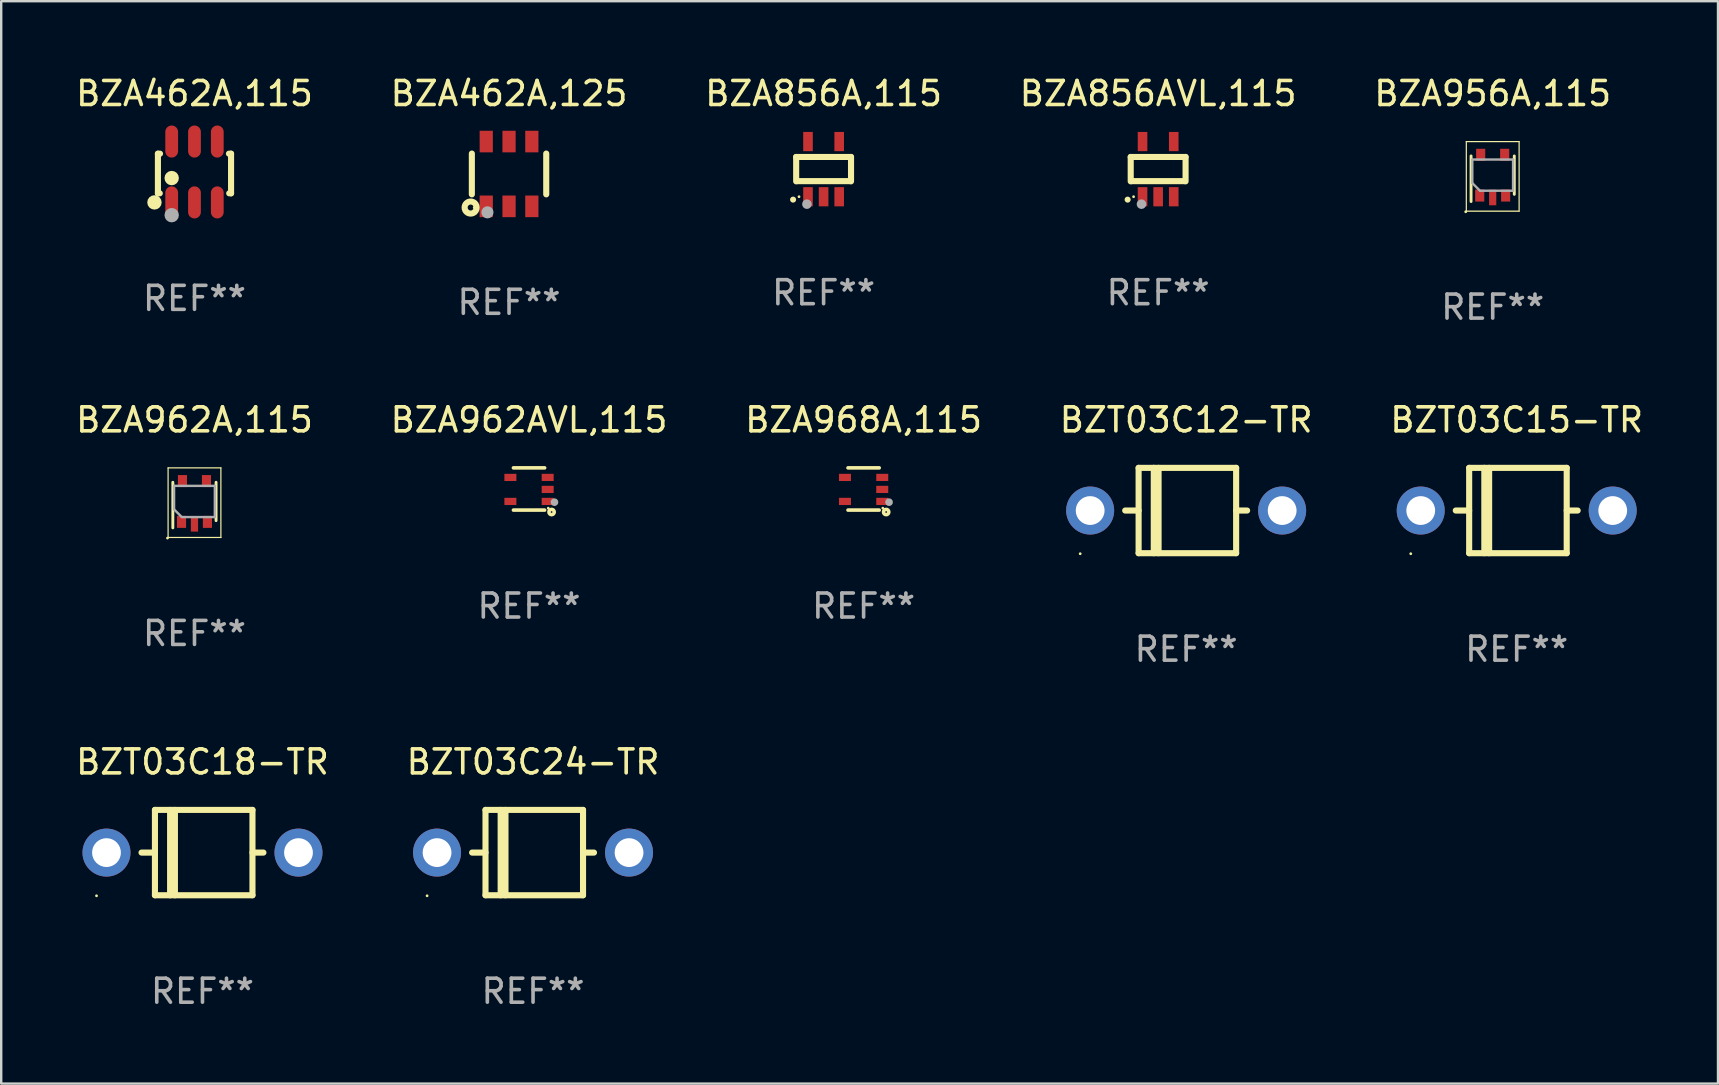
<source format=kicad_pcb>
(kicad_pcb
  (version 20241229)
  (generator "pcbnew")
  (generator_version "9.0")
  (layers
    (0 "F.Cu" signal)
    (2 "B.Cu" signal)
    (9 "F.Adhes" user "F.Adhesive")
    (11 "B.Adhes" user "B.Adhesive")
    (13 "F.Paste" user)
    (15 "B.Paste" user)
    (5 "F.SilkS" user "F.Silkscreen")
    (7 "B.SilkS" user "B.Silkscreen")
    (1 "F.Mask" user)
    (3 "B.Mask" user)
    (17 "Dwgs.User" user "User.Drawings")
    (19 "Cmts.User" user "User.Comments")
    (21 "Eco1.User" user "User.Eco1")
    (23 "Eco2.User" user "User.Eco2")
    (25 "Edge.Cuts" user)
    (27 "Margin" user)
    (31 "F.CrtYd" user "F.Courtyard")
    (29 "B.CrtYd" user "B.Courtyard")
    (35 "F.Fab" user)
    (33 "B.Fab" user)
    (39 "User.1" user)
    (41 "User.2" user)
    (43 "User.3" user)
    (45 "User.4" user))
  (footprint "BZA462A,115"
    (layer "F.Cu")
    (at 5.054 4.116)
    (property "Reference" "BZA462A,115" (at 0 -3.268 0) (layer "F.SilkS") (effects (font (size 1 1) (thickness 0.15))))
    (attr through_hole)
    (fp_line (start -1.524 -0.762) (end -1.524 0.889) (stroke (width 0.254) (type solid)) (layer "F.SilkS"))
    (fp_line (start -1.524 0.889) (end -1.447 0.889) (stroke (width 0.254) (type solid)) (layer "F.SilkS"))
    (fp_line (start -1.436 -0.762) (end -1.524 -0.762) (stroke (width 0.254) (type solid)) (layer "F.SilkS"))
    (fp_line (start 1.447 0.889) (end 1.524 0.889) (stroke (width 0.254) (type solid)) (layer "F.SilkS"))
    (fp_line (start 1.524 -0.762) (end 1.436 -0.762) (stroke (width 0.254) (type solid)) (layer "F.SilkS"))
    (fp_line (start 1.524 0.889) (end 1.524 -0.762) (stroke (width 0.254) (type solid)) (layer "F.SilkS"))
    (fp_circle (center -1.668 1.268) (end -1.518 1.268) (stroke (width 0.3) (type solid)) (fill no) (layer "F.SilkS"))
    (fp_circle (center -1.5 1.375) (end -1.47 1.375) (stroke (width 0.06) (type solid)) (fill no) (layer "F.SilkS"))
    (fp_circle (center -0.95 0.254) (end -0.8 0.254) (stroke (width 0.3) (type solid)) (fill no) (layer "F.SilkS"))
    (fp_circle (center -0.95 1.8) (end -0.8 1.8) (stroke (width 0.3) (type solid)) (fill no) (layer "F.Fab"))
    (fp_text user "REF**" (at 0 5.268 0) (layer "F.Fab") (effects (font (size 1 1) (thickness 0.15))))
    (pad "1" smd oval (at -0.95 1.268) (size 0.532 1.336) (layers "F.Cu" "F.Mask" "F.Paste"))
    (pad "2" smd oval (at 0 1.268) (size 0.532 1.336) (layers "F.Cu" "F.Mask" "F.Paste"))
    (pad "3" smd oval (at 0.95 1.268) (size 0.532 1.336) (layers "F.Cu" "F.Mask" "F.Paste"))
    (pad "4" smd oval (at 0.95 -1.268) (size 0.532 1.336) (layers "F.Cu" "F.Mask" "F.Paste"))
    (pad "5" smd oval (at 0 -1.268) (size 0.532 1.336) (layers "F.Cu" "F.Mask" "F.Paste"))
    (pad "6" smd oval (at -0.95 -1.268) (size 0.532 1.336) (layers "F.Cu" "F.Mask" "F.Paste")))
  (footprint "BZA956A,115"
    (layer "F.Cu")
    (at 59.149 4.299)
    (property "Reference" "BZA956A,115" (at 0 -3.45 0) (layer "F.SilkS") (effects (font (size 1 1) (thickness 0.15))))
    (attr through_hole)
    (fp_line (start -1.1 -1.45) (end 1.1 -1.45) (stroke (width 0.05) (type solid)) (layer "F.SilkS"))
    (fp_line (start -1.1 1.45) (end -1.1 -1.45) (stroke (width 0.05) (type solid)) (layer "F.SilkS"))
    (fp_line (start -0.902 -0.851) (end -0.902 1.049) (stroke (width 0.12) (type solid)) (layer "F.SilkS"))
    (fp_line (start 0.899 0.749) (end 0.899 -0.851) (stroke (width 0.12) (type solid)) (layer "F.SilkS"))
    (fp_line (start 1.1 -1.45) (end 1.1 1.45) (stroke (width 0.05) (type solid)) (layer "F.SilkS"))
    (fp_line (start 1.1 1.45) (end -1.1 1.45) (stroke (width 0.05) (type solid)) (layer "F.SilkS"))
    (fp_circle (center -1.125 1.475) (end -1.095 1.475) (stroke (width 0.06) (type solid)) (fill no) (layer "F.SilkS"))
    (fp_line (start -0.851 -0.701) (end 0.848 -0.701) (stroke (width 0.1) (type solid)) (layer "F.Fab"))
    (fp_line (start -0.851 0.279) (end -0.851 -0.701) (stroke (width 0.1) (type solid)) (layer "F.Fab"))
    (fp_line (start -0.531 0.599) (end -0.851 0.279) (stroke (width 0.1) (type solid)) (layer "F.Fab"))
    (fp_line (start 0.848 -0.701) (end 0.848 0.599) (stroke (width 0.1) (type solid)) (layer "F.Fab"))
    (fp_line (start 0.848 0.599) (end -0.511 0.599) (stroke (width 0.1) (type solid)) (layer "F.Fab"))
    (fp_text user "REF**" (at 0 5.45 0) (layer "F.Fab") (effects (font (size 1 1) (thickness 0.15))))
    (pad "1" smd rect (at -0.541 0.8 90) (size 0.5 0.38) (layers "F.Cu" "F.Mask" "F.Paste"))
    (pad "2" smd rect (at -0.001 0.88 90) (size 0.65 0.3) (layers "F.Cu" "F.Mask" "F.Paste"))
    (pad "3" smd rect (at 0.539 0.8 90) (size 0.5 0.38) (layers "F.Cu" "F.Mask" "F.Paste"))
    (pad "4" smd rect (at 0.499 -0.9 90) (size 0.5 0.38) (layers "F.Cu" "F.Mask" "F.Paste"))
    (pad "5" smd rect (at -0.501 -0.9 90) (size 0.5 0.38) (layers "F.Cu" "F.Mask" "F.Paste")))
  (footprint "BZA962A,115"
    (layer "F.Cu")
    (at 5.054 17.896)
    (property "Reference" "BZA962A,115" (at 0 -3.45 0) (layer "F.SilkS") (effects (font (size 1 1) (thickness 0.15))))
    (attr through_hole)
    (fp_line (start -1.1 -1.45) (end 1.1 -1.45) (stroke (width 0.05) (type solid)) (layer "F.SilkS"))
    (fp_line (start -1.1 1.45) (end -1.1 -1.45) (stroke (width 0.05) (type solid)) (layer "F.SilkS"))
    (fp_line (start -0.902 -0.851) (end -0.902 1.049) (stroke (width 0.12) (type solid)) (layer "F.SilkS"))
    (fp_line (start 0.899 0.749) (end 0.899 -0.851) (stroke (width 0.12) (type solid)) (layer "F.SilkS"))
    (fp_line (start 1.1 -1.45) (end 1.1 1.45) (stroke (width 0.05) (type solid)) (layer "F.SilkS"))
    (fp_line (start 1.1 1.45) (end -1.1 1.45) (stroke (width 0.05) (type solid)) (layer "F.SilkS"))
    (fp_circle (center -1.125 1.475) (end -1.095 1.475) (stroke (width 0.06) (type solid)) (fill no) (layer "F.SilkS"))
    (fp_line (start -0.851 -0.701) (end 0.848 -0.701) (stroke (width 0.1) (type solid)) (layer "F.Fab"))
    (fp_line (start -0.851 0.279) (end -0.851 -0.701) (stroke (width 0.1) (type solid)) (layer "F.Fab"))
    (fp_line (start -0.531 0.599) (end -0.851 0.279) (stroke (width 0.1) (type solid)) (layer "F.Fab"))
    (fp_line (start 0.848 -0.701) (end 0.848 0.599) (stroke (width 0.1) (type solid)) (layer "F.Fab"))
    (fp_line (start 0.848 0.599) (end -0.511 0.599) (stroke (width 0.1) (type solid)) (layer "F.Fab"))
    (fp_text user "REF**" (at 0 5.45 0) (layer "F.Fab") (effects (font (size 1 1) (thickness 0.15))))
    (pad "1" smd rect (at -0.541 0.8 90) (size 0.5 0.38) (layers "F.Cu" "F.Mask" "F.Paste"))
    (pad "2" smd rect (at -0.001 0.88 90) (size 0.65 0.3) (layers "F.Cu" "F.Mask" "F.Paste"))
    (pad "3" smd rect (at 0.539 0.8 90) (size 0.5 0.38) (layers "F.Cu" "F.Mask" "F.Paste"))
    (pad "4" smd rect (at 0.499 -0.9 90) (size 0.5 0.38) (layers "F.Cu" "F.Mask" "F.Paste"))
    (pad "5" smd rect (at -0.501 -0.9 90) (size 0.5 0.38) (layers "F.Cu" "F.Mask" "F.Paste")))
  (footprint "BZT03C12-TR"
    (layer "F.Cu")
    (at 46.375 18.223)
    (property "Reference" "BZT03C12-TR" (at 0 -3.778 0) (layer "F.SilkS") (effects (font (size 1 1) (thickness 0.15))))
    (attr through_hole)
    (fp_line (start -1.981 -1.778) (end -1.981 1.778) (stroke (width 0.254) (type solid)) (layer "F.SilkS"))
    (fp_line (start -1.981 0) (end -2.54 0) (stroke (width 0.254) (type solid)) (layer "F.SilkS"))
    (fp_line (start -1.981 1.778) (end 2.083 1.778) (stroke (width 0.254) (type solid)) (layer "F.SilkS"))
    (fp_line (start -1.349 1.778) (end -1.349 -1.778) (stroke (width 0.254) (type solid)) (layer "F.SilkS"))
    (fp_line (start -1.149 1.778) (end -1.149 -1.778) (stroke (width 0.254) (type solid)) (layer "F.SilkS"))
    (fp_line (start 2.083 -1.778) (end -1.981 -1.778) (stroke (width 0.254) (type solid)) (layer "F.SilkS"))
    (fp_line (start 2.083 1.778) (end 2.083 -1.778) (stroke (width 0.254) (type solid)) (layer "F.SilkS"))
    (fp_line (start 2.54 0) (end 2.083 0) (stroke (width 0.254) (type solid)) (layer "F.SilkS"))
    (fp_circle (center -4.415 1.8) (end -4.385 1.8) (stroke (width 0.06) (type solid)) (fill no) (layer "F.SilkS"))
    (fp_text user "REF**" (at 0 5.778 0) (layer "F.Fab") (effects (font (size 1 1) (thickness 0.15))))
    (pad "1" thru_hole circle (at -4 0) (size 2 2) (drill 1.2) (layers "*.Cu" "*.Mask"))
    (pad "2" thru_hole circle (at 4 0) (size 2 2) (drill 1.2) (layers "*.Cu" "*.Mask")))
  (footprint "BZA962AVL,115"
    (layer "F.Cu")
    (at 18.994 17.325)
    (property "Reference" "BZA962AVL,115" (at 0 -2.88 0) (layer "F.SilkS") (effects (font (size 1 1) (thickness 0.15))))
    (attr through_hole)
    (fp_line (start 0.65 -0.88) (end -0.65 -0.88) (stroke (width 0.15) (type solid)) (layer "F.SilkS"))
    (fp_line (start 0.65 0.88) (end -0.65 0.88) (stroke (width 0.15) (type solid)) (layer "F.SilkS"))
    (fp_circle (center 0.8 0.8) (end 0.83 0.8) (stroke (width 0.06) (type solid)) (fill no) (layer "F.SilkS"))
    (fp_circle (center 0.94 0.96) (end 1.05 0.96) (stroke (width 0.15) (type solid)) (fill no) (layer "F.SilkS"))
    (fp_circle (center 1.06 0.55) (end 1.14 0.55) (stroke (width 0.16) (type solid)) (fill no) (layer "F.Fab"))
    (fp_text user "REF**" (at 0 4.88 0) (layer "F.Fab") (effects (font (size 1 1) (thickness 0.15))))
    (pad "1" smd rect (at 0.777 0.518) (size 0.5 0.3) (layers "F.Cu" "F.Mask" "F.Paste"))
    (pad "2" smd rect (at 0.777 0.018) (size 0.5 0.3) (layers "F.Cu" "F.Mask" "F.Paste"))
    (pad "3" smd rect (at 0.777 -0.482) (size 0.5 0.3) (layers "F.Cu" "F.Mask" "F.Paste"))
    (pad "4" smd rect (at -0.777 -0.482) (size 0.5 0.3) (layers "F.Cu" "F.Mask" "F.Paste"))
    (pad "5" smd rect (at -0.777 0.518) (size 0.5 0.3) (layers "F.Cu" "F.Mask" "F.Paste")))
  (footprint "BZT03C24-TR"
    (layer "F.Cu")
    (at 19.161 32.476)
    (property "Reference" "BZT03C24-TR" (at 0 -3.778 0) (layer "F.SilkS") (effects (font (size 1 1) (thickness 0.15))))
    (attr through_hole)
    (fp_line (start -1.981 -1.778) (end -1.981 1.778) (stroke (width 0.254) (type solid)) (layer "F.SilkS"))
    (fp_line (start -1.981 0) (end -2.54 0) (stroke (width 0.254) (type solid)) (layer "F.SilkS"))
    (fp_line (start -1.981 1.778) (end 2.083 1.778) (stroke (width 0.254) (type solid)) (layer "F.SilkS"))
    (fp_line (start -1.349 1.778) (end -1.349 -1.778) (stroke (width 0.254) (type solid)) (layer "F.SilkS"))
    (fp_line (start -1.149 1.778) (end -1.149 -1.778) (stroke (width 0.254) (type solid)) (layer "F.SilkS"))
    (fp_line (start 2.083 -1.778) (end -1.981 -1.778) (stroke (width 0.254) (type solid)) (layer "F.SilkS"))
    (fp_line (start 2.083 1.778) (end 2.083 -1.778) (stroke (width 0.254) (type solid)) (layer "F.SilkS"))
    (fp_line (start 2.54 0) (end 2.083 0) (stroke (width 0.254) (type solid)) (layer "F.SilkS"))
    (fp_circle (center -4.415 1.8) (end -4.385 1.8) (stroke (width 0.06) (type solid)) (fill no) (layer "F.SilkS"))
    (fp_text user "REF**" (at 0 5.778 0) (layer "F.Fab") (effects (font (size 1 1) (thickness 0.15))))
    (pad "1" thru_hole circle (at -4 0) (size 2 2) (drill 1.2) (layers "*.Cu" "*.Mask"))
    (pad "2" thru_hole circle (at 4 0) (size 2 2) (drill 1.2) (layers "*.Cu" "*.Mask")))
  (footprint "BZA462A,125"
    (layer "F.Cu")
    (at 18.161 4.198)
    (property "Reference" "BZA462A,125" (at 0 -3.35 0) (layer "F.SilkS") (effects (font (size 1 1) (thickness 0.15))))
    (attr through_hole)
    (fp_line (start -1.55 0.85) (end -1.55 -0.85) (stroke (width 0.254) (type solid)) (layer "F.SilkS"))
    (fp_line (start 1.55 -0.85) (end 1.55 0.85) (stroke (width 0.254) (type solid)) (layer "F.SilkS"))
    (fp_circle (center -1.6 1.4) (end -1.476 1.4) (stroke (width 0.254) (type solid)) (fill no) (layer "F.SilkS"))
    (fp_circle (center -1.45 1.4) (end -1.42 1.4) (stroke (width 0.06) (type solid)) (fill no) (layer "F.SilkS"))
    (fp_circle (center -0.9 1.6) (end -0.773 1.6) (stroke (width 0.254) (type solid)) (fill no) (layer "F.Fab"))
    (fp_text user "REF**" (at 0 5.35 0) (layer "F.Fab") (effects (font (size 1 1) (thickness 0.15))))
    (pad "1" smd rect (at -0.95 1.35) (size 0.551 0.9) (layers "F.Cu" "F.Mask" "F.Paste"))
    (pad "2" smd rect (at 0.000127 1.35) (size 0.551 0.9) (layers "F.Cu" "F.Mask" "F.Paste"))
    (pad "3" smd rect (at 0.95 1.35) (size 0.551 0.9) (layers "F.Cu" "F.Mask" "F.Paste"))
    (pad "4" smd rect (at 0.95 -1.35) (size 0.55 0.9) (layers "F.Cu" "F.Mask" "F.Paste"))
    (pad "5" smd rect (at 0.000127 -1.35) (size 0.55 0.9) (layers "F.Cu" "F.Mask" "F.Paste"))
    (pad "6" smd rect (at -0.95 -1.35) (size 0.55 0.9) (layers "F.Cu" "F.Mask" "F.Paste")))
  (footprint "BZT03C15-TR"
    (layer "F.Cu")
    (at 60.149 18.223)
    (property "Reference" "BZT03C15-TR" (at 0 -3.778 0) (layer "F.SilkS") (effects (font (size 1 1) (thickness 0.15))))
    (attr through_hole)
    (fp_line (start -1.981 -1.778) (end -1.981 1.778) (stroke (width 0.254) (type solid)) (layer "F.SilkS"))
    (fp_line (start -1.981 0) (end -2.54 0) (stroke (width 0.254) (type solid)) (layer "F.SilkS"))
    (fp_line (start -1.981 1.778) (end 2.083 1.778) (stroke (width 0.254) (type solid)) (layer "F.SilkS"))
    (fp_line (start -1.349 1.778) (end -1.349 -1.778) (stroke (width 0.254) (type solid)) (layer "F.SilkS"))
    (fp_line (start -1.149 1.778) (end -1.149 -1.778) (stroke (width 0.254) (type solid)) (layer "F.SilkS"))
    (fp_line (start 2.083 -1.778) (end -1.981 -1.778) (stroke (width 0.254) (type solid)) (layer "F.SilkS"))
    (fp_line (start 2.083 1.778) (end 2.083 -1.778) (stroke (width 0.254) (type solid)) (layer "F.SilkS"))
    (fp_line (start 2.54 0) (end 2.083 0) (stroke (width 0.254) (type solid)) (layer "F.SilkS"))
    (fp_circle (center -4.415 1.8) (end -4.385 1.8) (stroke (width 0.06) (type solid)) (fill no) (layer "F.SilkS"))
    (fp_text user "REF**" (at 0 5.778 0) (layer "F.Fab") (effects (font (size 1 1) (thickness 0.15))))
    (pad "1" thru_hole circle (at -4 0) (size 2 2) (drill 1.2) (layers "*.Cu" "*.Mask"))
    (pad "2" thru_hole circle (at 4 0) (size 2 2) (drill 1.2) (layers "*.Cu" "*.Mask")))
  (footprint "BZA968A,115"
    (layer "F.Cu")
    (at 32.935 17.325)
    (property "Reference" "BZA968A,115" (at 0 -2.88 0) (layer "F.SilkS") (effects (font (size 1 1) (thickness 0.15))))
    (attr through_hole)
    (fp_line (start 0.65 -0.88) (end -0.65 -0.88) (stroke (width 0.15) (type solid)) (layer "F.SilkS"))
    (fp_line (start 0.65 0.88) (end -0.65 0.88) (stroke (width 0.15) (type solid)) (layer "F.SilkS"))
    (fp_circle (center 0.8 0.8) (end 0.83 0.8) (stroke (width 0.06) (type solid)) (fill no) (layer "F.SilkS"))
    (fp_circle (center 0.94 0.96) (end 1.05 0.96) (stroke (width 0.15) (type solid)) (fill no) (layer "F.SilkS"))
    (fp_circle (center 1.06 0.55) (end 1.14 0.55) (stroke (width 0.16) (type solid)) (fill no) (layer "F.Fab"))
    (fp_text user "REF**" (at 0 4.88 0) (layer "F.Fab") (effects (font (size 1 1) (thickness 0.15))))
    (pad "1" smd rect (at 0.777 0.518) (size 0.5 0.3) (layers "F.Cu" "F.Mask" "F.Paste"))
    (pad "2" smd rect (at 0.777 0.018) (size 0.5 0.3) (layers "F.Cu" "F.Mask" "F.Paste"))
    (pad "3" smd rect (at 0.777 -0.482) (size 0.5 0.3) (layers "F.Cu" "F.Mask" "F.Paste"))
    (pad "4" smd rect (at -0.777 -0.482) (size 0.5 0.3) (layers "F.Cu" "F.Mask" "F.Paste"))
    (pad "5" smd rect (at -0.777 0.518) (size 0.5 0.3) (layers "F.Cu" "F.Mask" "F.Paste")))
  (footprint "BZA856A,115"
    (layer "F.Cu")
    (at 31.268 3.998)
    (property "Reference" "BZA856A,115" (at 0 -3.15 0) (layer "F.SilkS") (effects (font (size 1 1) (thickness 0.15))))
    (attr through_hole)
    (fp_line (start -1.143 -0.508) (end -1.143 0.508) (stroke (width 0.254) (type solid)) (layer "F.SilkS"))
    (fp_line (start -1.1 0.5) (end 1.1 0.5) (stroke (width 0.254) (type solid)) (layer "F.SilkS"))
    (fp_line (start 1.143 -0.508) (end -1.143 -0.508) (stroke (width 0.254) (type solid)) (layer "F.SilkS"))
    (fp_line (start 1.143 0.508) (end 1.143 -0.508) (stroke (width 0.254) (type solid)) (layer "F.SilkS"))
    (fp_arc (start -1.272543 1.26999) (mid -1.271273 1.269983) (end -1.270003 1.26999) (stroke (width 0.24892) (type solid)) (layer "F.SilkS"))
    (fp_circle (center -1.024 1.149) (end -0.994 1.149) (stroke (width 0.06) (type solid)) (fill no) (layer "F.SilkS"))
    (fp_circle (center -0.695 1.459) (end -0.595 1.459) (stroke (width 0.2) (type solid)) (fill no) (layer "F.Fab"))
    (fp_text user "REF**" (at 0 5.15 0) (layer "F.Fab") (effects (font (size 1 1) (thickness 0.15))))
    (pad "1" smd rect (at -0.65 1.15) (size 0.4 0.8) (layers "F.Cu" "F.Mask" "F.Paste"))
    (pad "2" smd rect (at 0 1.15) (size 0.4 0.8) (layers "F.Cu" "F.Mask" "F.Paste"))
    (pad "3" smd rect (at 0.65 1.15) (size 0.4 0.8) (layers "F.Cu" "F.Mask" "F.Paste"))
    (pad "4" smd rect (at 0.65 -1.15) (size 0.4 0.8) (layers "F.Cu" "F.Mask" "F.Paste"))
    (pad "5" smd rect (at -0.65 -1.15) (size 0.4 0.8) (layers "F.Cu" "F.Mask" "F.Paste")))
  (footprint "BZT03C18-TR"
    (layer "F.Cu")
    (at 5.387 32.476)
    (property "Reference" "BZT03C18-TR" (at 0 -3.778 0) (layer "F.SilkS") (effects (font (size 1 1) (thickness 0.15))))
    (attr through_hole)
    (fp_line (start -1.981 -1.778) (end -1.981 1.778) (stroke (width 0.254) (type solid)) (layer "F.SilkS"))
    (fp_line (start -1.981 0) (end -2.54 0) (stroke (width 0.254) (type solid)) (layer "F.SilkS"))
    (fp_line (start -1.981 1.778) (end 2.083 1.778) (stroke (width 0.254) (type solid)) (layer "F.SilkS"))
    (fp_line (start -1.349 1.778) (end -1.349 -1.778) (stroke (width 0.254) (type solid)) (layer "F.SilkS"))
    (fp_line (start -1.149 1.778) (end -1.149 -1.778) (stroke (width 0.254) (type solid)) (layer "F.SilkS"))
    (fp_line (start 2.083 -1.778) (end -1.981 -1.778) (stroke (width 0.254) (type solid)) (layer "F.SilkS"))
    (fp_line (start 2.083 1.778) (end 2.083 -1.778) (stroke (width 0.254) (type solid)) (layer "F.SilkS"))
    (fp_line (start 2.54 0) (end 2.083 0) (stroke (width 0.254) (type solid)) (layer "F.SilkS"))
    (fp_circle (center -4.415 1.8) (end -4.385 1.8) (stroke (width 0.06) (type solid)) (fill no) (layer "F.SilkS"))
    (fp_text user "REF**" (at 0 5.778 0) (layer "F.Fab") (effects (font (size 1 1) (thickness 0.15))))
    (pad "1" thru_hole circle (at -4 0) (size 2 2) (drill 1.2) (layers "*.Cu" "*.Mask"))
    (pad "2" thru_hole circle (at 4 0) (size 2 2) (drill 1.2) (layers "*.Cu" "*.Mask")))
  (footprint "BZA856AVL,115"
    (layer "F.Cu")
    (at 45.208 3.998)
    (property "Reference" "BZA856AVL,115" (at 0 -3.15 0) (layer "F.SilkS") (effects (font (size 1 1) (thickness 0.15))))
    (attr through_hole)
    (fp_line (start -1.143 -0.508) (end -1.143 0.508) (stroke (width 0.254) (type solid)) (layer "F.SilkS"))
    (fp_line (start -1.1 0.5) (end 1.1 0.5) (stroke (width 0.254) (type solid)) (layer "F.SilkS"))
    (fp_line (start 1.143 -0.508) (end -1.143 -0.508) (stroke (width 0.254) (type solid)) (layer "F.SilkS"))
    (fp_line (start 1.143 0.508) (end 1.143 -0.508) (stroke (width 0.254) (type solid)) (layer "F.SilkS"))
    (fp_arc (start -1.272543 1.26999) (mid -1.271273 1.269983) (end -1.270003 1.26999) (stroke (width 0.24892) (type solid)) (layer "F.SilkS"))
    (fp_circle (center -1.024 1.149) (end -0.994 1.149) (stroke (width 0.06) (type solid)) (fill no) (layer "F.SilkS"))
    (fp_circle (center -0.695 1.459) (end -0.595 1.459) (stroke (width 0.2) (type solid)) (fill no) (layer "F.Fab"))
    (fp_text user "REF**" (at 0 5.15 0) (layer "F.Fab") (effects (font (size 1 1) (thickness 0.15))))
    (pad "1" smd rect (at -0.65 1.15) (size 0.4 0.8) (layers "F.Cu" "F.Mask" "F.Paste"))
    (pad "2" smd rect (at 0 1.15) (size 0.4 0.8) (layers "F.Cu" "F.Mask" "F.Paste"))
    (pad "3" smd rect (at 0.65 1.15) (size 0.4 0.8) (layers "F.Cu" "F.Mask" "F.Paste"))
    (pad "4" smd rect (at 0.65 -1.15) (size 0.4 0.8) (layers "F.Cu" "F.Mask" "F.Paste"))
    (pad "5" smd rect (at -0.65 -1.15) (size 0.4 0.8) (layers "F.Cu" "F.Mask" "F.Paste")))
  (gr_rect
    (start -3 -3)
    (end 68.536 42.102)
    (stroke (width 0.1) (type default))
    (fill no)
    (layer "Edge.Cuts")))
</source>
